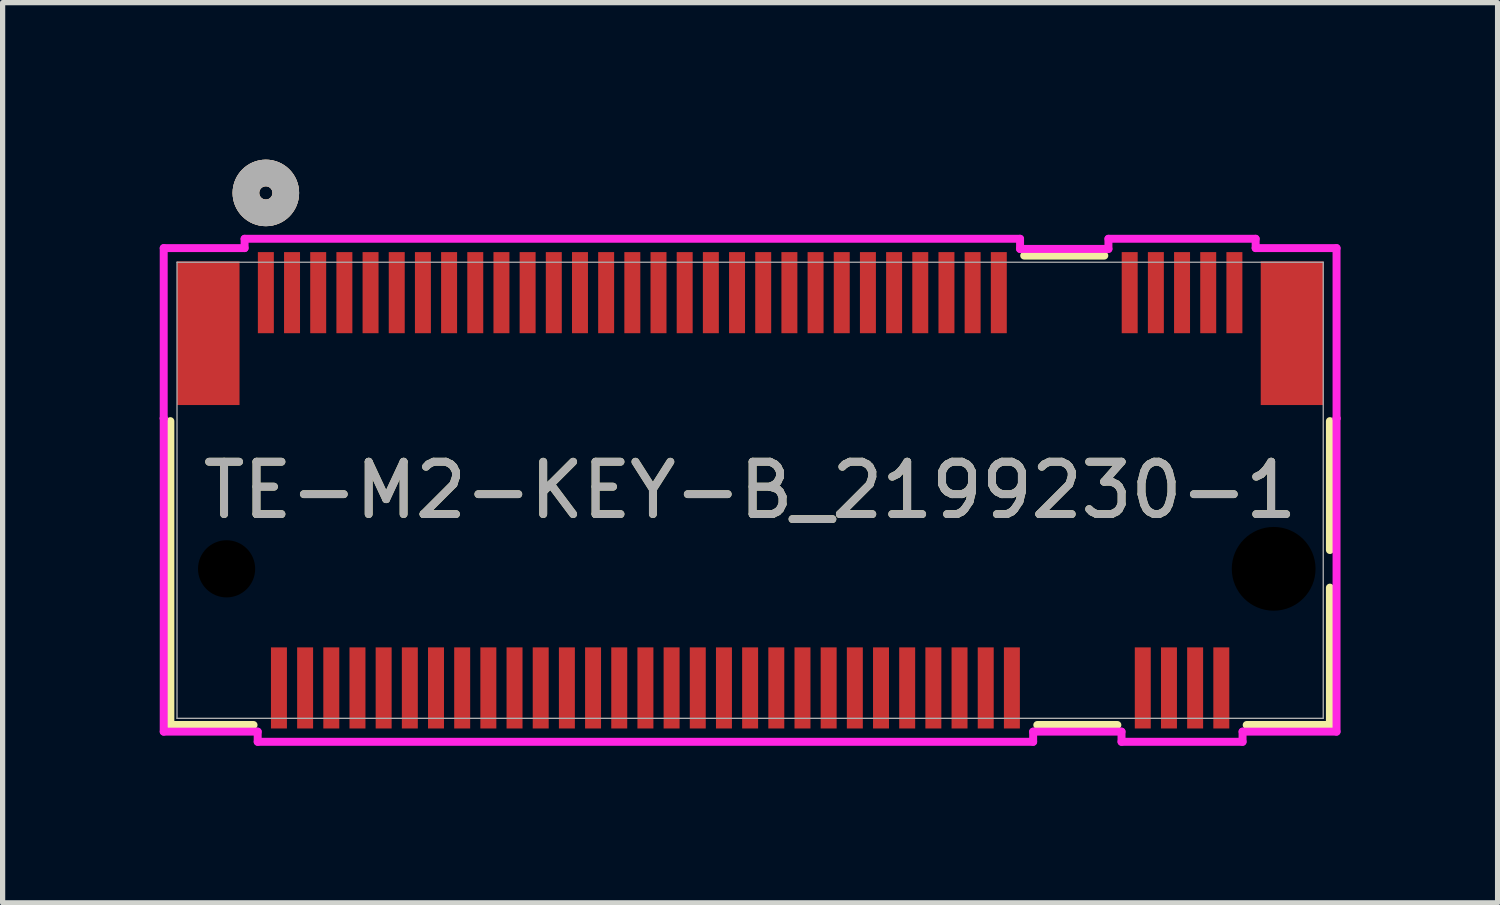
<source format=kicad_pcb>
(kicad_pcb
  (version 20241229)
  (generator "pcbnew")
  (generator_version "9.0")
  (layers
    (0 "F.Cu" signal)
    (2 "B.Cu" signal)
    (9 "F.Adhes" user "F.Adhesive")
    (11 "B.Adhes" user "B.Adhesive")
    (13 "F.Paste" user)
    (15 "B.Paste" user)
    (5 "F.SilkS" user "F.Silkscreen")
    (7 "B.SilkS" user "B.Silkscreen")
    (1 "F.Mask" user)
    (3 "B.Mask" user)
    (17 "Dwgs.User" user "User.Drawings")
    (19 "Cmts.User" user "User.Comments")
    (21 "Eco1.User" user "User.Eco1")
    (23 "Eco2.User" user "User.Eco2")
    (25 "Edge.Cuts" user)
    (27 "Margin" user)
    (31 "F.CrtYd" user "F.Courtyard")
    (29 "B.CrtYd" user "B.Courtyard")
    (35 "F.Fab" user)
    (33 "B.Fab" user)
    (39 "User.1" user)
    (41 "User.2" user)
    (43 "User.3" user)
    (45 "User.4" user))
  (footprint "TE-M2-KEY-B_2199230-1"
    (layer "F.Cu")
    (at 20.528 10.09)
    (property "Reference" "TE-M2-KEY-B_2199230-1" (at -9.25 -3.775 0) (unlocked yes) (layer "F.SilkS") (effects (font (size 1 1) (thickness 0.15))))
    (attr smd)
    (fp_line (start -20.324 -5.096) (end -20.324 0.708) (stroke (width 0.152) (type solid)) (layer "F.SilkS"))
    (fp_line (start -20.324 0.708) (end -18.735 0.708) (stroke (width 0.152) (type solid)) (layer "F.SilkS"))
    (fp_line (start -3.765 0.708) (end -2.235 0.708) (stroke (width 0.152) (type solid)) (layer "F.SilkS"))
    (fp_line (start -2.485 -8.258) (end -4.015 -8.258) (stroke (width 0.152) (type solid)) (layer "F.SilkS"))
    (fp_line (start 0.235 0.708) (end 1.824 0.708) (stroke (width 0.152) (type solid)) (layer "F.SilkS"))
    (fp_line (start 1.824 -2.634) (end 1.824 -5.096) (stroke (width 0.152) (type solid)) (layer "F.SilkS"))
    (fp_line (start 1.824 0.708) (end 1.824 -1.916) (stroke (width 0.152) (type solid)) (layer "F.SilkS"))
    (fp_circle (center -18.5 -9.455) (end -18.119 -9.455) (stroke (width 0.508) (type solid)) (fill no) (layer "F.SilkS"))
    (fp_circle (center -18.5 -9.455) (end -18.119 -9.455) (stroke (width 0.508) (type solid)) (fill no) (layer "B.SilkS"))
    (fp_line (start -20.451 -5.149) (end -20.451 0.835) (stroke (width 0.152) (type solid)) (layer "F.CrtYd"))
    (fp_line (start -20.451 0.835) (end -18.656 0.835) (stroke (width 0.152) (type solid)) (layer "F.CrtYd"))
    (fp_line (start -20.451 -8.401) (end -20.451 -5.149) (stroke (width 0.152) (type solid)) (layer "F.CrtYd"))
    (fp_line (start -20.451 -5.149) (end -20.451 -5.149) (stroke (width 0.152) (type solid)) (layer "F.CrtYd"))
    (fp_line (start -18.906 -8.579) (end -18.906 -8.401) (stroke (width 0.152) (type solid)) (layer "F.CrtYd"))
    (fp_line (start -18.906 -8.401) (end -20.451 -8.401) (stroke (width 0.152) (type solid)) (layer "F.CrtYd"))
    (fp_line (start -18.656 0.835) (end -18.656 1.029) (stroke (width 0.152) (type solid)) (layer "F.CrtYd"))
    (fp_line (start -18.656 1.029) (end -3.844 1.029) (stroke (width 0.152) (type solid)) (layer "F.CrtYd"))
    (fp_line (start -4.094 -8.579) (end -18.906 -8.579) (stroke (width 0.152) (type solid)) (layer "F.CrtYd"))
    (fp_line (start -4.094 -8.385) (end -4.094 -8.579) (stroke (width 0.152) (type solid)) (layer "F.CrtYd"))
    (fp_line (start -3.844 0.835) (end -2.156 0.835) (stroke (width 0.152) (type solid)) (layer "F.CrtYd"))
    (fp_line (start -3.844 1.029) (end -3.844 0.835) (stroke (width 0.152) (type solid)) (layer "F.CrtYd"))
    (fp_line (start -2.406 -8.579) (end -2.406 -8.385) (stroke (width 0.152) (type solid)) (layer "F.CrtYd"))
    (fp_line (start -2.406 -8.385) (end -4.094 -8.385) (stroke (width 0.152) (type solid)) (layer "F.CrtYd"))
    (fp_line (start -2.156 0.835) (end -2.156 1.029) (stroke (width 0.152) (type solid)) (layer "F.CrtYd"))
    (fp_line (start -2.156 1.029) (end 0.156 1.029) (stroke (width 0.152) (type solid)) (layer "F.CrtYd"))
    (fp_line (start 0.156 0.835) (end 1.951 0.835) (stroke (width 0.152) (type solid)) (layer "F.CrtYd"))
    (fp_line (start 0.156 1.029) (end 0.156 0.835) (stroke (width 0.152) (type solid)) (layer "F.CrtYd"))
    (fp_line (start 0.406 -8.579) (end -2.406 -8.579) (stroke (width 0.152) (type solid)) (layer "F.CrtYd"))
    (fp_line (start 0.406 -8.401) (end 0.406 -8.579) (stroke (width 0.152) (type solid)) (layer "F.CrtYd"))
    (fp_line (start 1.951 -8.401) (end 0.406 -8.401) (stroke (width 0.152) (type solid)) (layer "F.CrtYd"))
    (fp_line (start 1.951 -5.149) (end 1.951 -8.401) (stroke (width 0.152) (type solid)) (layer "F.CrtYd"))
    (fp_line (start 1.951 -5.149) (end 1.951 -5.149) (stroke (width 0.152) (type solid)) (layer "F.CrtYd"))
    (fp_line (start 1.951 0.835) (end 1.951 -5.149) (stroke (width 0.152) (type solid)) (layer "F.CrtYd"))
    (fp_line (start -20.197 -8.131) (end -20.197 0.581) (stroke (width 0.025) (type solid)) (layer "F.Fab"))
    (fp_line (start -20.197 0.581) (end 1.697 0.581) (stroke (width 0.025) (type solid)) (layer "F.Fab"))
    (fp_line (start 1.697 -8.131) (end -20.197 -8.131) (stroke (width 0.025) (type solid)) (layer "F.Fab"))
    (fp_line (start 1.697 0.581) (end 1.697 -8.131) (stroke (width 0.025) (type solid)) (layer "F.Fab"))
    (fp_circle (center -18.5 -9.455) (end -18.119 -9.455) (stroke (width 0.508) (type solid)) (fill no) (layer "F.Fab"))
    (fp_text user "${REFERENCE}" (at -9.25 -3.775 0) (unlocked yes) (layer "F.Fab") (effects (font (size 1 1) (thickness 0.15))))
    (pad "" np_thru_hole circle (at -19.25 -2.275) (size 1.092 1.092) (drill 1.092) (layers))
    (pad "" np_thru_hole circle (at 0.75 -2.275) (size 1.6 1.6) (drill 1.6) (layers))
    (pad "1" smd rect (at -18.5 -7.55) (size 0.305 1.549) (layers "F.Cu" "F.Mask" "F.Paste"))
    (pad "2" smd rect (at -18.25 0) (size 0.305 1.549) (layers "F.Cu" "F.Mask" "F.Paste"))
    (pad "3" smd rect (at -18 -7.55) (size 0.305 1.549) (layers "F.Cu" "F.Mask" "F.Paste"))
    (pad "4" smd rect (at -17.75 0) (size 0.305 1.549) (layers "F.Cu" "F.Mask" "F.Paste"))
    (pad "5" smd rect (at -17.5 -7.55) (size 0.305 1.549) (layers "F.Cu" "F.Mask" "F.Paste"))
    (pad "6" smd rect (at -17.25 0) (size 0.305 1.549) (layers "F.Cu" "F.Mask" "F.Paste"))
    (pad "7" smd rect (at -17 -7.55) (size 0.305 1.549) (layers "F.Cu" "F.Mask" "F.Paste"))
    (pad "8" smd rect (at -16.75 0) (size 0.305 1.549) (layers "F.Cu" "F.Mask" "F.Paste"))
    (pad "9" smd rect (at -16.5 -7.55) (size 0.305 1.549) (layers "F.Cu" "F.Mask" "F.Paste"))
    (pad "10" smd rect (at -16.25 0) (size 0.305 1.549) (layers "F.Cu" "F.Mask" "F.Paste"))
    (pad "11" smd rect (at -16 -7.55) (size 0.305 1.549) (layers "F.Cu" "F.Mask" "F.Paste"))
    (pad "12" smd rect (at -15.75 0) (size 0.305 1.549) (layers "F.Cu" "F.Mask" "F.Paste"))
    (pad "13" smd rect (at -15.5 -7.55) (size 0.305 1.549) (layers "F.Cu" "F.Mask" "F.Paste"))
    (pad "14" smd rect (at -15.25 0) (size 0.305 1.549) (layers "F.Cu" "F.Mask" "F.Paste"))
    (pad "15" smd rect (at -15 -7.55) (size 0.305 1.549) (layers "F.Cu" "F.Mask" "F.Paste"))
    (pad "16" smd rect (at -14.75 0) (size 0.305 1.549) (layers "F.Cu" "F.Mask" "F.Paste"))
    (pad "17" smd rect (at -14.5 -7.55) (size 0.305 1.549) (layers "F.Cu" "F.Mask" "F.Paste"))
    (pad "18" smd rect (at -14.25 0) (size 0.305 1.549) (layers "F.Cu" "F.Mask" "F.Paste"))
    (pad "19" smd rect (at -14 -7.55) (size 0.305 1.549) (layers "F.Cu" "F.Mask" "F.Paste"))
    (pad "20" smd rect (at -13.75 0) (size 0.305 1.549) (layers "F.Cu" "F.Mask" "F.Paste"))
    (pad "21" smd rect (at -13.5 -7.55) (size 0.305 1.549) (layers "F.Cu" "F.Mask" "F.Paste"))
    (pad "22" smd rect (at -13.25 0) (size 0.305 1.549) (layers "F.Cu" "F.Mask" "F.Paste"))
    (pad "23" smd rect (at -13 -7.55) (size 0.305 1.549) (layers "F.Cu" "F.Mask" "F.Paste"))
    (pad "24" smd rect (at -12.75 0) (size 0.305 1.549) (layers "F.Cu" "F.Mask" "F.Paste"))
    (pad "25" smd rect (at -12.5 -7.55) (size 0.305 1.549) (layers "F.Cu" "F.Mask" "F.Paste"))
    (pad "26" smd rect (at -12.25 0) (size 0.305 1.549) (layers "F.Cu" "F.Mask" "F.Paste"))
    (pad "27" smd rect (at -12 -7.55) (size 0.305 1.549) (layers "F.Cu" "F.Mask" "F.Paste"))
    (pad "28" smd rect (at -11.75 0) (size 0.305 1.549) (layers "F.Cu" "F.Mask" "F.Paste"))
    (pad "29" smd rect (at -11.5 -7.55) (size 0.305 1.549) (layers "F.Cu" "F.Mask" "F.Paste"))
    (pad "30" smd rect (at -11.25 0) (size 0.305 1.549) (layers "F.Cu" "F.Mask" "F.Paste"))
    (pad "31" smd rect (at -11 -7.55) (size 0.305 1.549) (layers "F.Cu" "F.Mask" "F.Paste"))
    (pad "32" smd rect (at -10.75 0) (size 0.305 1.549) (layers "F.Cu" "F.Mask" "F.Paste"))
    (pad "33" smd rect (at -10.5 -7.55) (size 0.305 1.549) (layers "F.Cu" "F.Mask" "F.Paste"))
    (pad "34" smd rect (at -10.25 0) (size 0.305 1.549) (layers "F.Cu" "F.Mask" "F.Paste"))
    (pad "35" smd rect (at -10 -7.55) (size 0.305 1.549) (layers "F.Cu" "F.Mask" "F.Paste"))
    (pad "36" smd rect (at -9.75 0) (size 0.305 1.549) (layers "F.Cu" "F.Mask" "F.Paste"))
    (pad "37" smd rect (at -9.5 -7.55) (size 0.305 1.549) (layers "F.Cu" "F.Mask" "F.Paste"))
    (pad "38" smd rect (at -9.25 0) (size 0.305 1.549) (layers "F.Cu" "F.Mask" "F.Paste"))
    (pad "39" smd rect (at -9 -7.55) (size 0.305 1.549) (layers "F.Cu" "F.Mask" "F.Paste"))
    (pad "40" smd rect (at -8.75 0) (size 0.305 1.549) (layers "F.Cu" "F.Mask" "F.Paste"))
    (pad "41" smd rect (at -8.5 -7.55) (size 0.305 1.549) (layers "F.Cu" "F.Mask" "F.Paste"))
    (pad "42" smd rect (at -8.25 0) (size 0.305 1.549) (layers "F.Cu" "F.Mask" "F.Paste"))
    (pad "43" smd rect (at -8 -7.55) (size 0.305 1.549) (layers "F.Cu" "F.Mask" "F.Paste"))
    (pad "44" smd rect (at -7.75 0) (size 0.305 1.549) (layers "F.Cu" "F.Mask" "F.Paste"))
    (pad "45" smd rect (at -7.5 -7.55) (size 0.305 1.549) (layers "F.Cu" "F.Mask" "F.Paste"))
    (pad "46" smd rect (at -7.25 0) (size 0.305 1.549) (layers "F.Cu" "F.Mask" "F.Paste"))
    (pad "47" smd rect (at -7 -7.55) (size 0.305 1.549) (layers "F.Cu" "F.Mask" "F.Paste"))
    (pad "48" smd rect (at -6.75 0) (size 0.305 1.549) (layers "F.Cu" "F.Mask" "F.Paste"))
    (pad "49" smd rect (at -6.5 -7.55) (size 0.305 1.549) (layers "F.Cu" "F.Mask" "F.Paste"))
    (pad "50" smd rect (at -6.25 0) (size 0.305 1.549) (layers "F.Cu" "F.Mask" "F.Paste"))
    (pad "51" smd rect (at -6 -7.55) (size 0.305 1.549) (layers "F.Cu" "F.Mask" "F.Paste"))
    (pad "52" smd rect (at -5.75 0) (size 0.305 1.549) (layers "F.Cu" "F.Mask" "F.Paste"))
    (pad "53" smd rect (at -5.5 -7.55) (size 0.305 1.549) (layers "F.Cu" "F.Mask" "F.Paste"))
    (pad "54" smd rect (at -5.25 0) (size 0.305 1.549) (layers "F.Cu" "F.Mask" "F.Paste"))
    (pad "55" smd rect (at -5 -7.55) (size 0.305 1.549) (layers "F.Cu" "F.Mask" "F.Paste"))
    (pad "56" smd rect (at -4.75 0) (size 0.305 1.549) (layers "F.Cu" "F.Mask" "F.Paste"))
    (pad "57" smd rect (at -4.5 -7.55) (size 0.305 1.549) (layers "F.Cu" "F.Mask" "F.Paste"))
    (pad "58" smd rect (at -4.25 0) (size 0.305 1.549) (layers "F.Cu" "F.Mask" "F.Paste"))
    (pad "67" smd rect (at -2 -7.55) (size 0.305 1.549) (layers "F.Cu" "F.Mask" "F.Paste"))
    (pad "68" smd rect (at -1.75 0) (size 0.305 1.549) (layers "F.Cu" "F.Mask" "F.Paste"))
    (pad "69" smd rect (at -1.5 -7.55) (size 0.305 1.549) (layers "F.Cu" "F.Mask" "F.Paste"))
    (pad "70" smd rect (at -1.25 0) (size 0.305 1.549) (layers "F.Cu" "F.Mask" "F.Paste"))
    (pad "71" smd rect (at -1 -7.55) (size 0.305 1.549) (layers "F.Cu" "F.Mask" "F.Paste"))
    (pad "72" smd rect (at -0.75 0) (size 0.305 1.549) (layers "F.Cu" "F.Mask" "F.Paste"))
    (pad "73" smd rect (at -0.5 -7.55) (size 0.305 1.549) (layers "F.Cu" "F.Mask" "F.Paste"))
    (pad "74" smd rect (at -0.25 0) (size 0.305 1.549) (layers "F.Cu" "F.Mask" "F.Paste"))
    (pad "75" smd rect (at 0 -7.55) (size 0.305 1.549) (layers "F.Cu" "F.Mask" "F.Paste"))
    (pad "76" smd rect (at -19.6 -6.775) (size 1.194 2.743) (layers "F.Cu" "F.Mask" "F.Paste"))
    (pad "77" smd rect (at 1.1 -6.775) (size 1.194 2.743) (layers "F.Cu" "F.Mask" "F.Paste")))
  (gr_rect
    (start -3 -3)
    (end 25.555 14.195)
    (stroke (width 0.1) (type default))
    (fill no)
    (layer "Edge.Cuts")))
</source>
